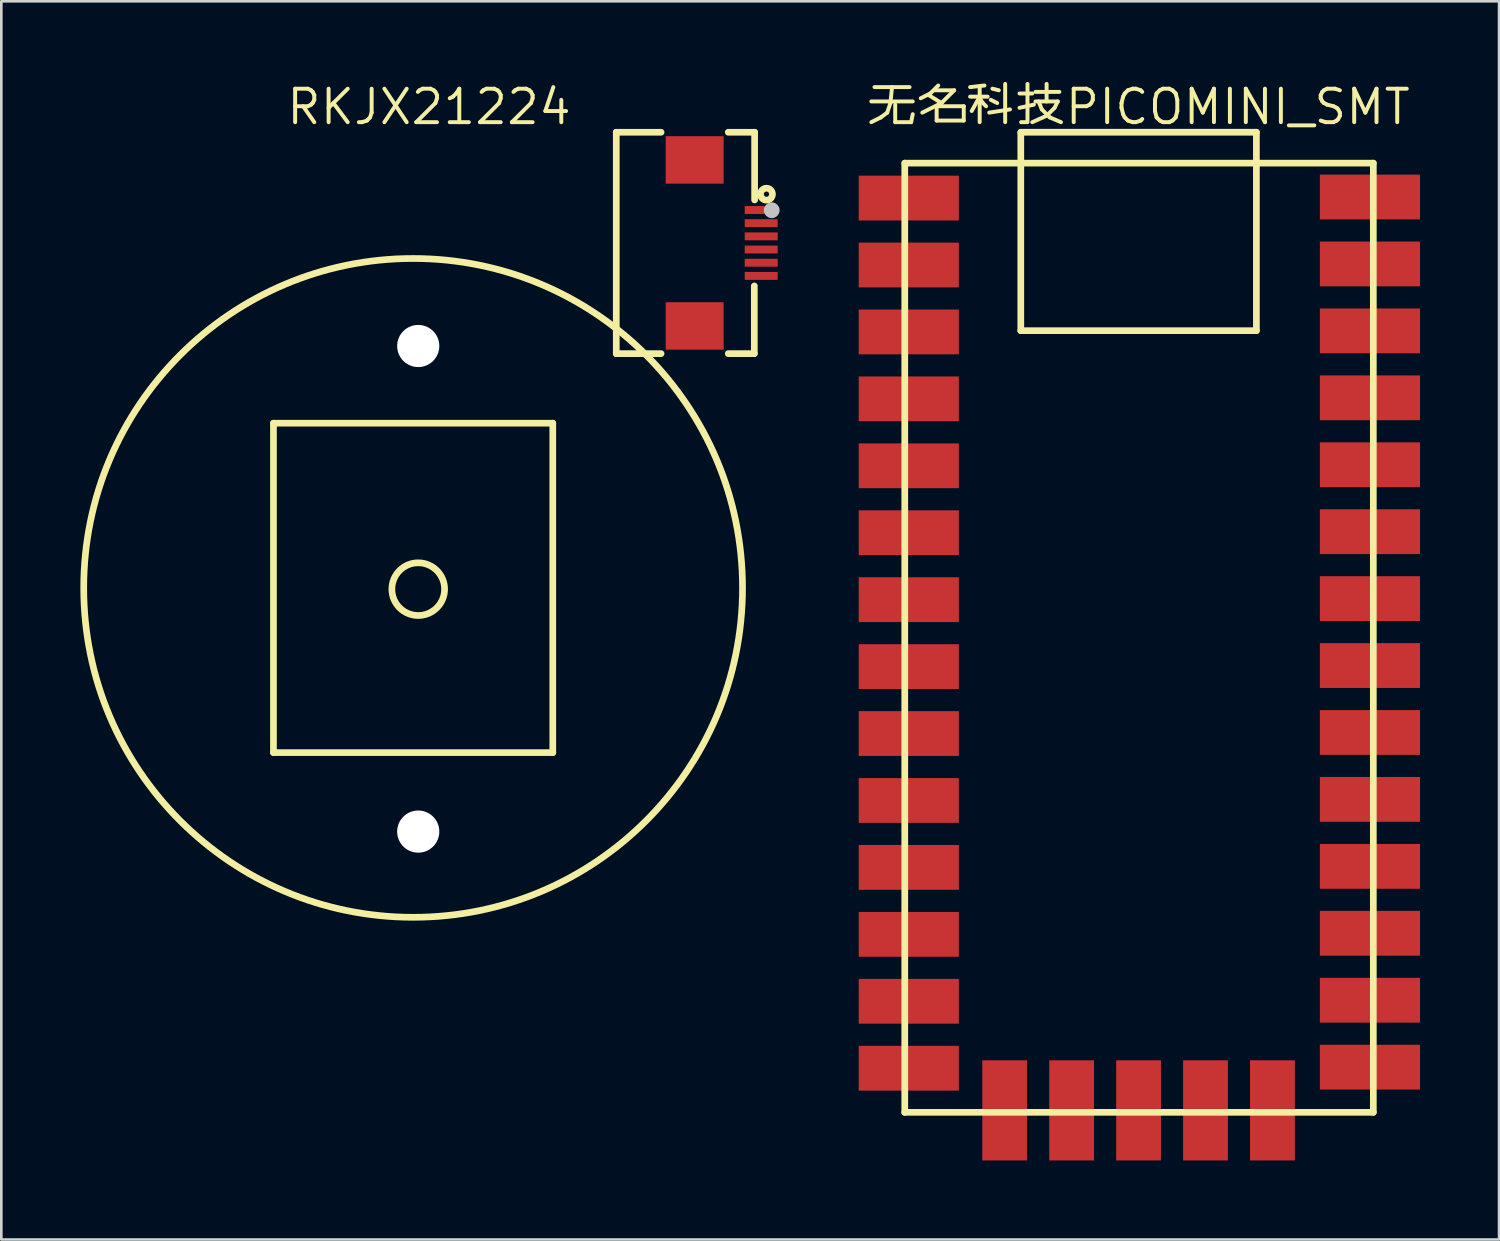
<source format=kicad_pcb>
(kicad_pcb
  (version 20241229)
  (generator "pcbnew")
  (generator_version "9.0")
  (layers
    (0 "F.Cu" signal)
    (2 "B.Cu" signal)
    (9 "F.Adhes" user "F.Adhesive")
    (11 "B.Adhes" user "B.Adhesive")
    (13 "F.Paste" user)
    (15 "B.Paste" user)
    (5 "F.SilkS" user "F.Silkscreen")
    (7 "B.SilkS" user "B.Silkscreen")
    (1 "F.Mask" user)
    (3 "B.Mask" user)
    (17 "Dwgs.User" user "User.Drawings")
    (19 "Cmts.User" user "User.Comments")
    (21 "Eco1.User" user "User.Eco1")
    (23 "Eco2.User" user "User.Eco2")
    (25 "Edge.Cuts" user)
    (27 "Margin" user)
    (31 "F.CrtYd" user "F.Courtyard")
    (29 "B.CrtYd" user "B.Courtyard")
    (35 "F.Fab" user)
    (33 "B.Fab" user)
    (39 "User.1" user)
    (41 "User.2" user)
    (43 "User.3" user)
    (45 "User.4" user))
  (footprint "RKJX21224"
    (layer "F.Cu")
    (at 13.707 14.312)
    (property "Reference" "RKJX21224" (at -0.477 -13.305 0) (layer "F.SilkS") (effects (font (size 1.27 1.27) (thickness 0.15))))
    (fp_line (start -6.38 -1.303) (end -6.38 11.197) (stroke (width 0.254) (type default)) (layer "F.SilkS"))
    (fp_line (start -6.38 11.197) (end 4.22 11.197) (stroke (width 0.254) (type default)) (layer "F.SilkS"))
    (fp_line (start 4.22 -1.303) (end -6.38 -1.303) (stroke (width 0.254) (type default)) (layer "F.SilkS"))
    (fp_line (start 4.22 11.197) (end 4.22 -1.303) (stroke (width 0.254) (type default)) (layer "F.SilkS"))
    (fp_line (start 6.629 -12.343) (end 8.329 -12.343) (stroke (width 0.254) (type default)) (layer "F.SilkS"))
    (fp_line (start 6.629 -3.943) (end 6.629 -12.343) (stroke (width 0.254) (type default)) (layer "F.SilkS"))
    (fp_line (start 6.629 -3.943) (end 8.329 -3.943) (stroke (width 0.254) (type default)) (layer "F.SilkS"))
    (fp_line (start 10.879 -12.343) (end 11.879 -12.343) (stroke (width 0.254) (type default)) (layer "F.SilkS"))
    (fp_line (start 10.879 -3.943) (end 11.867 -3.943) (stroke (width 0.254) (type default)) (layer "F.SilkS"))
    (fp_line (start 11.867 -3.943) (end 11.867 -6.512) (stroke (width 0.254) (type default)) (layer "F.SilkS"))
    (fp_line (start 11.879 -12.343) (end 11.879 -9.774) (stroke (width 0.254) (type default)) (layer "F.SilkS"))
    (fp_circle (center -1.08 4.947) (end 11.42 4.947) (stroke (width 0.254) (type default)) (fill no) (layer "F.SilkS"))
    (fp_circle (center -0.886 4.995) (end 0.114 4.995) (stroke (width 0.254) (type default)) (fill no) (layer "F.SilkS"))
    (fp_circle (center 12.329 -9.993) (end 12.429 -9.993) (stroke (width 0.254) (type default)) (fill no) (layer "F.SilkS"))
    (fp_circle (center 12.528 -9.383) (end 12.678 -9.383) (stroke (width 0.3) (type default)) (fill no) (layer "Dwgs.User"))
    (fp_circle (center 12.51 -12.343) (end 12.54 -12.343) (stroke (width 0.06) (type default)) (fill no) (layer "User.5"))
    (pad "" np_thru_hole circle (at -0.886 -4.232) (size 1.6 1.6) (drill 1.6) (layers "*.Cu" "*.Mask"))
    (pad "" np_thru_hole circle (at -0.886 14.195) (size 1.6 1.6) (drill 1.6) (layers "*.Cu" "*.Mask"))
    (pad "1" smd rect (at 12.129 -9.393 270) (size 0.3 1.25) (layers "F.Cu" "F.Mask" "F.Paste"))
    (pad "2" smd rect (at 12.129 -8.893 270) (size 0.3 1.25) (layers "F.Cu" "F.Mask" "F.Paste"))
    (pad "3" smd rect (at 12.129 -8.393 270) (size 0.3 1.25) (layers "F.Cu" "F.Mask" "F.Paste"))
    (pad "4" smd rect (at 9.604 -11.293 270) (size 1.8 2.2) (layers "F.Cu" "F.Mask" "F.Paste"))
    (pad "4" smd rect (at 9.604 -4.993 270) (size 1.8 2.2) (layers "F.Cu" "F.Mask" "F.Paste"))
    (pad "4" smd rect (at 12.129 -7.893 270) (size 0.3 1.25) (layers "F.Cu" "F.Mask" "F.Paste"))
    (pad "5" smd rect (at 12.129 -7.393 270) (size 0.3 1.25) (layers "F.Cu" "F.Mask" "F.Paste"))
    (pad "6" smd rect (at 12.129 -6.893 270) (size 0.3 1.25) (layers "F.Cu" "F.Mask" "F.Paste"))
    (zone (net_name "") (layer "User.3") (hatch edge 0.5) (priority 100) (connect_pads yes) (min_thickness 0) (filled_areas_thickness no) (fill yes) (polygon (pts (xy 20.337 1.968) (xy 25.587 1.968) (xy 25.587 10.368) (xy 20.337 10.368))) (filled_polygon (layer "User.3") (island) (pts (xy 20.337 1.968) (xy 25.587 1.968) (xy 25.587 10.368) (xy 20.337 10.368))))
    (zone (net_name "") (layer "User.4") (hatch edge 0.5) (priority 100) (connect_pads yes) (min_thickness 0) (filled_areas_thickness no) (fill yes) (polygon (pts (xy 24.311 2.268) (xy 24.311 3.768) (xy 22.311 3.768) (xy 22.311 2.268))) (filled_polygon (layer "User.4") (island) (pts (xy 24.311 2.268) (xy 24.311 3.768) (xy 22.311 3.768) (xy 22.311 2.268))))
    (zone (net_name "") (layer "User.4") (hatch edge 0.5) (priority 100) (connect_pads yes) (min_thickness 0) (filled_areas_thickness no) (fill yes) (polygon (pts (xy 24.311 8.568) (xy 24.311 10.068) (xy 22.311 10.068) (xy 22.311 8.568))) (filled_polygon (layer "User.4") (island) (pts (xy 24.311 8.568) (xy 24.311 10.068) (xy 22.311 10.068) (xy 22.311 8.568))))
    (zone (net_name "") (layer "User.4") (hatch edge 0.5) (priority 100) (connect_pads yes) (min_thickness 0) (filled_areas_thickness no) (fill yes) (polygon (pts (xy 26.217 4.818) (xy 26.217 5.018) (xy 25.517 5.018) (xy 25.517 4.818))) (filled_polygon (layer "User.4") (island) (pts (xy 26.217 4.818) (xy 26.217 5.018) (xy 25.517 5.018) (xy 25.517 4.818))))
    (zone (net_name "") (layer "User.4") (hatch edge 0.5) (priority 100) (connect_pads yes) (min_thickness 0) (filled_areas_thickness no) (fill yes) (polygon (pts (xy 26.217 5.318) (xy 26.217 5.518) (xy 25.517 5.518) (xy 25.517 5.318))) (filled_polygon (layer "User.4") (island) (pts (xy 26.217 5.318) (xy 26.217 5.518) (xy 25.517 5.518) (xy 25.517 5.318))))
    (zone (net_name "") (layer "User.4") (hatch edge 0.5) (priority 100) (connect_pads yes) (min_thickness 0) (filled_areas_thickness no) (fill yes) (polygon (pts (xy 26.217 5.818) (xy 26.217 6.018) (xy 25.517 6.018) (xy 25.517 5.818))) (filled_polygon (layer "User.4") (island) (pts (xy 26.217 5.818) (xy 26.217 6.018) (xy 25.517 6.018) (xy 25.517 5.818))))
    (zone (net_name "") (layer "User.4") (hatch edge 0.5) (priority 100) (connect_pads yes) (min_thickness 0) (filled_areas_thickness no) (fill yes) (polygon (pts (xy 26.217 6.318) (xy 26.217 6.518) (xy 25.517 6.518) (xy 25.517 6.318))) (filled_polygon (layer "User.4") (island) (pts (xy 26.217 6.318) (xy 26.217 6.518) (xy 25.517 6.518) (xy 25.517 6.318))))
    (zone (net_name "") (layer "User.4") (hatch edge 0.5) (priority 100) (connect_pads yes) (min_thickness 0) (filled_areas_thickness no) (fill yes) (polygon (pts (xy 26.217 6.818) (xy 26.217 7.018) (xy 25.517 7.018) (xy 25.517 6.818))) (filled_polygon (layer "User.4") (island) (pts (xy 26.217 6.818) (xy 26.217 7.018) (xy 25.517 7.018) (xy 25.517 6.818))))
    (zone (net_name "") (layer "User.4") (hatch edge 0.5) (priority 100) (connect_pads yes) (min_thickness 0) (filled_areas_thickness no) (fill yes) (polygon (pts (xy 26.217 7.318) (xy 26.217 7.518) (xy 25.517 7.518) (xy 25.517 7.318))) (filled_polygon (layer "User.4") (island) (pts (xy 26.217 7.318) (xy 26.217 7.518) (xy 25.517 7.518) (xy 25.517 7.318)))))
  (footprint "无名科技PICOMINI_SMT"
    (layer "F.Cu")
    (at 40.936 21.786)
    (property "Reference" "无名科技PICOMINI_SMT" (at -0.762 -20.78 0) (layer "F.SilkS") (effects (font (size 1.27 1.27) (thickness 0.15))))
    (fp_line (start -9.652 -18.645) (end 8.128 -18.645) (stroke (width 0.254) (type default)) (layer "F.SilkS"))
    (fp_line (start -9.652 17.375) (end -9.652 -18.645) (stroke (width 0.254) (type default)) (layer "F.SilkS"))
    (fp_line (start -5.249 -19.818) (end 3.691 -19.818) (stroke (width 0.254) (type default)) (layer "F.SilkS"))
    (fp_line (start -5.249 -12.288) (end -5.249 -19.818) (stroke (width 0.254) (type default)) (layer "F.SilkS"))
    (fp_line (start 3.691 -19.818) (end 3.691 -12.288) (stroke (width 0.254) (type default)) (layer "F.SilkS"))
    (fp_line (start 3.691 -12.288) (end -5.249 -12.288) (stroke (width 0.254) (type default)) (layer "F.SilkS"))
    (fp_line (start 8.128 -18.645) (end 8.128 17.375) (stroke (width 0.254) (type default)) (layer "F.SilkS"))
    (fp_line (start 8.128 17.375) (end -9.652 17.375) (stroke (width 0.254) (type default)) (layer "F.SilkS"))
    (pad "0" smd rect (at -9.5 -17.32 90) (size 1.7 3.8) (layers "F.Cu" "F.Mask" "F.Paste"))
    (pad "1" smd rect (at -9.5 -14.78 90) (size 1.7 3.8) (layers "F.Cu" "F.Mask" "F.Paste"))
    (pad "2" smd rect (at -9.5 -12.24 90) (size 1.7 3.8) (layers "F.Cu" "F.Mask" "F.Paste"))
    (pad "3" smd rect (at -9.5 -9.7 90) (size 1.7 3.8) (layers "F.Cu" "F.Mask" "F.Paste"))
    (pad "4" smd rect (at -9.5 -7.16 90) (size 1.7 3.8) (layers "F.Cu" "F.Mask" "F.Paste"))
    (pad "5" smd rect (at -9.5 -4.62 90) (size 1.7 3.8) (layers "F.Cu" "F.Mask" "F.Paste"))
    (pad "6" smd rect (at -9.5 -2.08 90) (size 1.7 3.8) (layers "F.Cu" "F.Mask" "F.Paste"))
    (pad "7" smd rect (at -9.5 0.46 90) (size 1.7 3.8) (layers "F.Cu" "F.Mask" "F.Paste"))
    (pad "8" smd rect (at -9.5 3 90) (size 1.7 3.8) (layers "F.Cu" "F.Mask" "F.Paste"))
    (pad "9" smd rect (at -9.5 5.54 90) (size 1.7 3.8) (layers "F.Cu" "F.Mask" "F.Paste"))
    (pad "10" smd rect (at -9.5 8.08 90) (size 1.7 3.8) (layers "F.Cu" "F.Mask" "F.Paste"))
    (pad "11" smd rect (at -9.5 10.62 90) (size 1.7 3.8) (layers "F.Cu" "F.Mask" "F.Paste"))
    (pad "12" smd rect (at -9.5 13.16 90) (size 1.7 3.8) (layers "F.Cu" "F.Mask" "F.Paste"))
    (pad "13" smd rect (at -9.5 15.7 90) (size 1.7 3.8) (layers "F.Cu" "F.Mask" "F.Paste"))
    (pad "14" smd rect (at -5.86 17.3 180) (size 1.7 3.8) (layers "F.Cu" "F.Mask" "F.Paste"))
    (pad "15" smd rect (at -3.32 17.3 180) (size 1.7 3.8) (layers "F.Cu" "F.Mask" "F.Paste"))
    (pad "16" smd rect (at -0.78 17.3 180) (size 1.7 3.8) (layers "F.Cu" "F.Mask" "F.Paste"))
    (pad "17" smd rect (at 1.76 17.3 180) (size 1.7 3.8) (layers "F.Cu" "F.Mask" "F.Paste"))
    (pad "18" smd rect (at 4.3 17.3 180) (size 1.7 3.8) (layers "F.Cu" "F.Mask" "F.Paste"))
    (pad "19" smd rect (at 8 15.66 90) (size 1.7 3.8) (layers "F.Cu" "F.Mask" "F.Paste"))
    (pad "20" smd rect (at 8 13.12 90) (size 1.7 3.8) (layers "F.Cu" "F.Mask" "F.Paste"))
    (pad "21" smd rect (at 8 10.58 90) (size 1.7 3.8) (layers "F.Cu" "F.Mask" "F.Paste"))
    (pad "22" smd rect (at 8 8.04 90) (size 1.7 3.8) (layers "F.Cu" "F.Mask" "F.Paste"))
    (pad "23" smd rect (at 8 5.5 90) (size 1.7 3.8) (layers "F.Cu" "F.Mask" "F.Paste"))
    (pad "24" smd rect (at 8 2.96 90) (size 1.7 3.8) (layers "F.Cu" "F.Mask" "F.Paste"))
    (pad "25" smd rect (at 8 0.42 90) (size 1.7 3.8) (layers "F.Cu" "F.Mask" "F.Paste"))
    (pad "26" smd rect (at 8 -2.12 90) (size 1.7 3.8) (layers "F.Cu" "F.Mask" "F.Paste"))
    (pad "27" smd rect (at 8 -4.66 90) (size 1.7 3.8) (layers "F.Cu" "F.Mask" "F.Paste"))
    (pad "28" smd rect (at 8 -7.2 90) (size 1.7 3.8) (layers "F.Cu" "F.Mask" "F.Paste"))
    (pad "29" smd rect (at 8 -9.74 90) (size 1.7 3.8) (layers "F.Cu" "F.Mask" "F.Paste"))
    (pad "30" smd rect (at 8 -12.28 90) (size 1.7 3.8) (layers "F.Cu" "F.Mask" "F.Paste"))
    (pad "31" smd rect (at 8 -14.82 90) (size 1.7 3.8) (layers "F.Cu" "F.Mask" "F.Paste"))
    (pad "32" smd rect (at 8 -17.36 90) (size 1.7 3.8) (layers "F.Cu" "F.Mask" "F.Paste")))
  (gr_rect
    (start -3 -3)
    (end 53.836 43.986)
    (stroke (width 0.1) (type default))
    (fill no)
    (layer "Edge.Cuts")))
</source>
